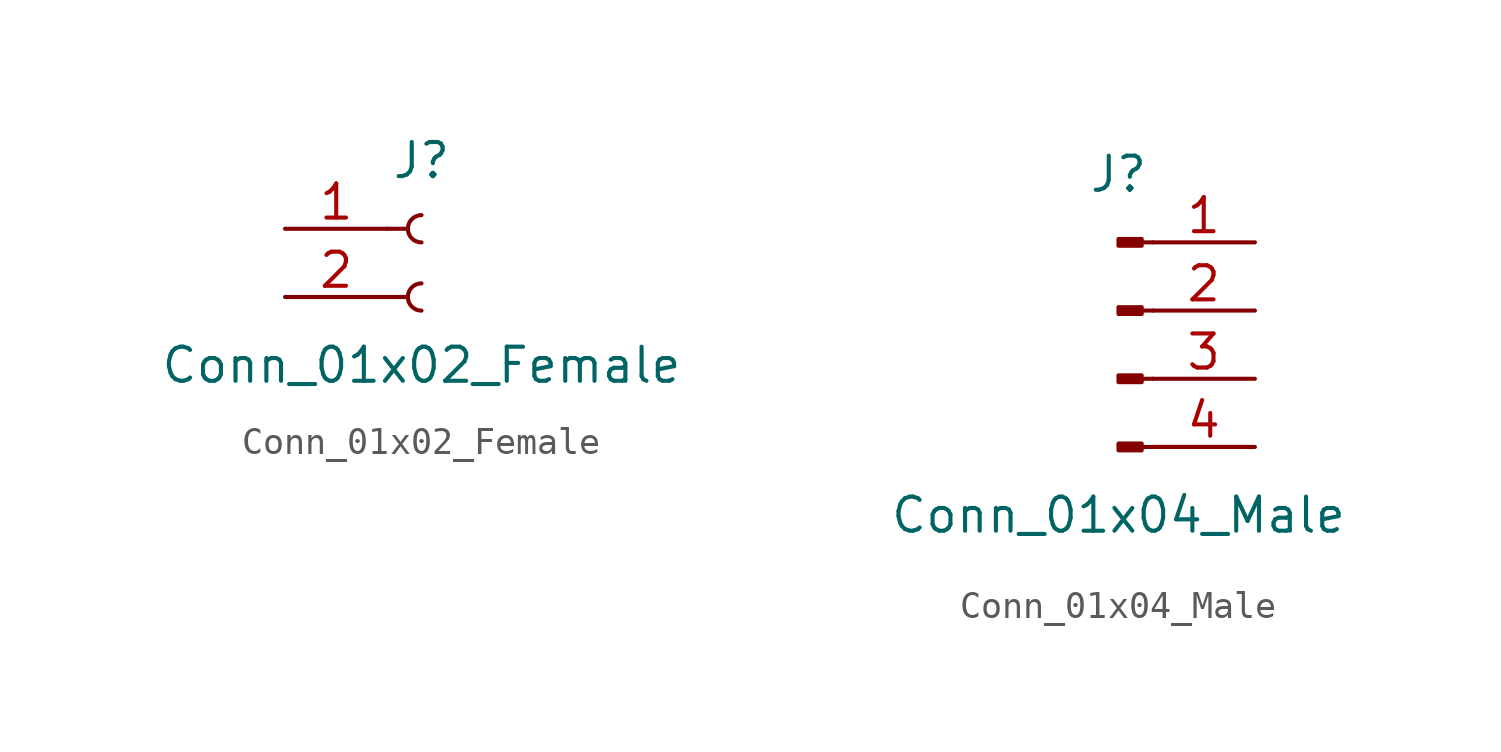
<source format=kicad_sym>
(kicad_symbol_lib
  (version 20231120)
  (generator "kicad_symbol_editor")
  (generator_version "8.0")
  (symbol "Conn_01x02_Female"
    (pin_names
      (offset 1.016) hide)
    (property "Reference" "J"
      (at 0 2.54 0)
      (effects (font (size 1.27 1.27))))
    (property "Value" "Conn_01x02_Female"
      (at 0 -5.08 0)
      (effects (font (size 1.27 1.27))))
    (symbol "Conn_01x02_Female_1_1"
      (arc (start 0 -2.032) (mid -0.508 -2.54) (end 0 -3.048) (stroke (width 0.1524) (type solid)) (fill (type none)))
      (polyline (pts (xy -1.27 -2.54) (xy -0.508 -2.54)) (stroke (width 0.152) (type solid)) (fill (type none)))
      (polyline (pts (xy -1.27 0) (xy -0.508 0)) (stroke (width 0.152) (type solid)) (fill (type none)))
      (arc (start 0 0.508) (mid -0.508 0) (end 0 -0.508) (stroke (width 0.1524) (type solid)) (fill (type none)))
      (pin passive line (at -5.08 0 0) (length 3.81) (name "Pin_1" (effects (font (size 1.27 1.27)))) (number "1" (effects (font (size 1.27 1.27)))))
      (pin passive line (at -5.08 -2.54 0) (length 3.81) (name "Pin_2" (effects (font (size 1.27 1.27)))) (number "2" (effects (font (size 1.27 1.27)))))))
  (symbol "Conn_01x04_Male"
    (pin_names
      (offset 1.016) hide)
    (property "Reference" "J"
      (at 0 5.08 0)
      (effects (font (size 1.27 1.27))))
    (property "Value" "Conn_01x04_Male"
      (at 0 -7.62 0)
      (effects (font (size 1.27 1.27))))
    (symbol "Conn_01x04_Male_1_1"
      (polyline (pts (xy 1.27 -5.08) (xy 0.864 -5.08)) (stroke (width 0.152) (type solid)) (fill (type none)))
      (polyline (pts (xy 1.27 -2.54) (xy 0.864 -2.54)) (stroke (width 0.152) (type solid)) (fill (type none)))
      (polyline (pts (xy 1.27 0) (xy 0.864 0)) (stroke (width 0.152) (type solid)) (fill (type none)))
      (polyline (pts (xy 1.27 2.54) (xy 0.864 2.54)) (stroke (width 0.152) (type solid)) (fill (type none)))
      (rectangle (start 0.864 -4.953) (end 0 -5.207) (stroke (width 0.152) (type solid)) (fill (type outline)))
      (rectangle (start 0.864 -2.413) (end 0 -2.667) (stroke (width 0.152) (type solid)) (fill (type outline)))
      (rectangle (start 0.864 0.127) (end 0 -0.127) (stroke (width 0.152) (type solid)) (fill (type outline)))
      (rectangle (start 0.864 2.667) (end 0 2.413) (stroke (width 0.152) (type solid)) (fill (type outline)))
      (pin passive line (at 5.08 2.54 180) (length 3.81) (name "Pin_1" (effects (font (size 1.27 1.27)))) (number "1" (effects (font (size 1.27 1.27)))))
      (pin passive line (at 5.08 0 180) (length 3.81) (name "Pin_2" (effects (font (size 1.27 1.27)))) (number "2" (effects (font (size 1.27 1.27)))))
      (pin passive line (at 5.08 -2.54 180) (length 3.81) (name "Pin_3" (effects (font (size 1.27 1.27)))) (number "3" (effects (font (size 1.27 1.27)))))
      (pin passive line (at 5.08 -5.08 180) (length 3.81) (name "Pin_4" (effects (font (size 1.27 1.27)))) (number "4" (effects (font (size 1.27 1.27))))))))
</source>
